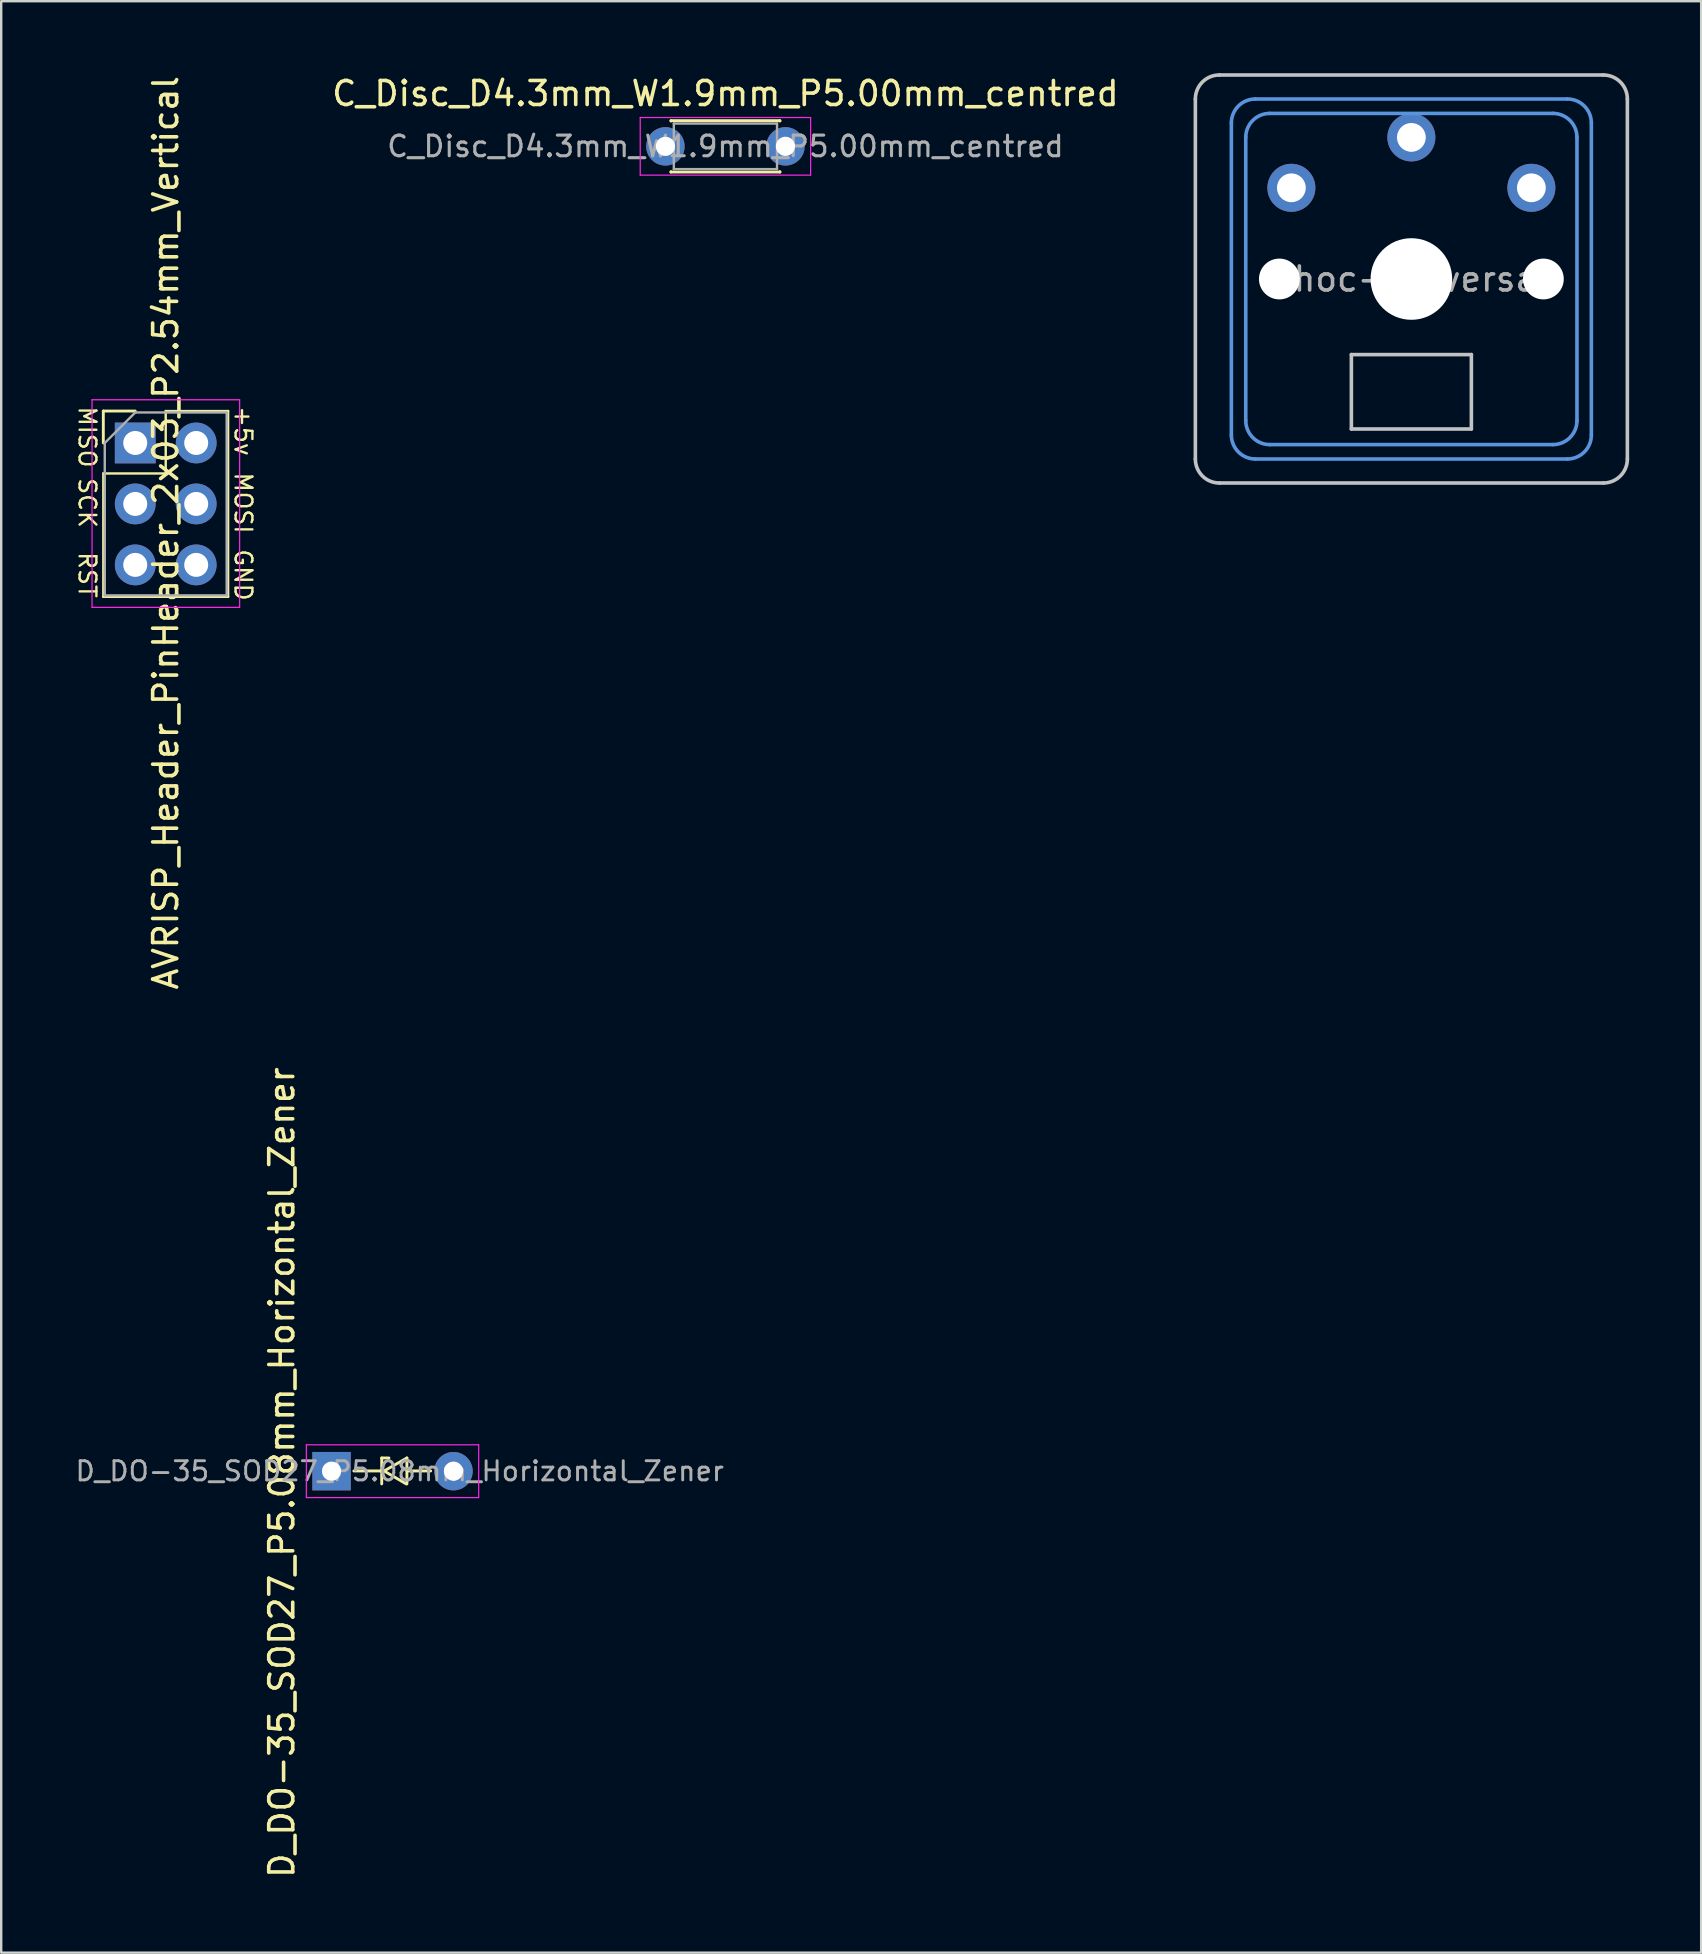
<source format=kicad_pcb>
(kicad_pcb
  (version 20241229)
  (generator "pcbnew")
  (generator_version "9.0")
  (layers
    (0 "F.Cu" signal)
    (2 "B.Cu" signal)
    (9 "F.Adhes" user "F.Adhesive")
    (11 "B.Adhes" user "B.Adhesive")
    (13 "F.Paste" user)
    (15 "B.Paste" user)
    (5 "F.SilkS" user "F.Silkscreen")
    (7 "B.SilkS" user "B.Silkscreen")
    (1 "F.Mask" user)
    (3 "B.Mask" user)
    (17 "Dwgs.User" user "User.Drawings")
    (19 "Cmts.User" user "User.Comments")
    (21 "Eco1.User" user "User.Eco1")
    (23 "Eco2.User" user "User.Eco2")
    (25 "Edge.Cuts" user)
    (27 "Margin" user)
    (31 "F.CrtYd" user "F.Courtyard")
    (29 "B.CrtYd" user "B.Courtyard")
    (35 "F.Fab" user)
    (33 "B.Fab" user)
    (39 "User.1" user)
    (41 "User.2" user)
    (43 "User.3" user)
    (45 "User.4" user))
  (footprint "choc-universal"
    (layer "F.Cu")
    (at 55.757 8.575)
    (property "Reference" "choc-universal" (at 0 0 0) (layer "F.Fab") (effects (font (size 1 1) (thickness 0.15))))
    (attr through_hole)
    (fp_line (start -9 7.5) (end -9 -7.5) (stroke (width 0.15) (type solid)) (layer "Dwgs.User"))
    (fp_line (start -8 -8.5) (end 8 -8.5) (stroke (width 0.15) (type solid)) (layer "Dwgs.User"))
    (fp_line (start -2.5 3.15) (end -2.5 6.25) (stroke (width 0.15) (type solid)) (layer "Dwgs.User"))
    (fp_line (start -2.5 6.25) (end 2.5 6.25) (stroke (width 0.15) (type solid)) (layer "Dwgs.User"))
    (fp_line (start 2.5 3.15) (end -2.5 3.15) (stroke (width 0.15) (type solid)) (layer "Dwgs.User"))
    (fp_line (start 2.5 6.25) (end 2.5 3.15) (stroke (width 0.15) (type solid)) (layer "Dwgs.User"))
    (fp_line (start 8 8.5) (end -8 8.5) (stroke (width 0.15) (type solid)) (layer "Dwgs.User"))
    (fp_line (start 9 -7.5) (end 9 7.5) (stroke (width 0.15) (type solid)) (layer "Dwgs.User"))
    (fp_arc (start -9 -7.5) (mid -8.707107 -8.207107) (end -8 -8.5) (stroke (width 0.15) (type solid)) (layer "Dwgs.User"))
    (fp_arc (start -8 8.5) (mid -8.707107 8.207107) (end -9 7.5) (stroke (width 0.15) (type solid)) (layer "Dwgs.User"))
    (fp_arc (start 8 -8.5) (mid 8.707107 -8.207107) (end 9 -7.5) (stroke (width 0.15) (type solid)) (layer "Dwgs.User"))
    (fp_arc (start 9 7.5) (mid 8.707107 8.207107) (end 8 8.5) (stroke (width 0.15) (type solid)) (layer "Dwgs.User"))
    (fp_line (start -7.5 6.5) (end -7.5 -6.5) (stroke (width 0.15) (type solid)) (layer "Cmts.User"))
    (fp_line (start -6.9 5.9) (end -6.9 -5.9) (stroke (width 0.15) (type solid)) (layer "Cmts.User"))
    (fp_line (start -6.5 -7.5) (end 6.5 -7.5) (stroke (width 0.15) (type solid)) (layer "Cmts.User"))
    (fp_line (start -5.9 -6.9) (end 5.9 -6.9) (stroke (width 0.15) (type solid)) (layer "Cmts.User"))
    (fp_line (start 5.9 6.9) (end -5.9 6.9) (stroke (width 0.15) (type solid)) (layer "Cmts.User"))
    (fp_line (start 6.5 7.5) (end -6.5 7.5) (stroke (width 0.15) (type solid)) (layer "Cmts.User"))
    (fp_line (start 6.9 -5.9) (end 6.9 5.9) (stroke (width 0.15) (type solid)) (layer "Cmts.User"))
    (fp_line (start 7.5 -6.5) (end 7.5 6.5) (stroke (width 0.15) (type solid)) (layer "Cmts.User"))
    (fp_arc (start -7.5 -6.5) (mid -7.207107 -7.207107) (end -6.5 -7.5) (stroke (width 0.15) (type solid)) (layer "Cmts.User"))
    (fp_arc (start -6.9 -5.9) (mid -6.607107 -6.607107) (end -5.9 -6.9) (stroke (width 0.15) (type solid)) (layer "Cmts.User"))
    (fp_arc (start -6.5 7.5) (mid -7.207107 7.207107) (end -7.5 6.5) (stroke (width 0.15) (type solid)) (layer "Cmts.User"))
    (fp_arc (start -5.9 6.9) (mid -6.607107 6.607107) (end -6.9 5.9) (stroke (width 0.15) (type solid)) (layer "Cmts.User"))
    (fp_arc (start 5.9 -6.9) (mid 6.607107 -6.607107) (end 6.9 -5.9) (stroke (width 0.15) (type solid)) (layer "Cmts.User"))
    (fp_arc (start 6.5 -7.5) (mid 7.207107 -7.207107) (end 7.5 -6.5) (stroke (width 0.15) (type solid)) (layer "Cmts.User"))
    (fp_arc (start 6.9 5.9) (mid 6.607107 6.607107) (end 5.9 6.9) (stroke (width 0.15) (type solid)) (layer "Cmts.User"))
    (fp_arc (start 7.5 6.5) (mid 7.207107 7.207107) (end 6.5 7.5) (stroke (width 0.15) (type solid)) (layer "Cmts.User"))
    (pad "" np_thru_hole circle (at -5.5 0) (size 1.7 1.7) (drill 1.7) (layers "*.Cu" "*.Mask"))
    (pad "" np_thru_hole circle (at 0 0) (size 3.4 3.4) (drill 3.4) (layers "*.Cu" "*.Mask"))
    (pad "" np_thru_hole circle (at 5.5 0) (size 1.7 1.7) (drill 1.7) (layers "*.Cu" "*.Mask"))
    (pad "1" thru_hole circle (at 0 -5.9) (size 2 2) (drill 1.2) (layers "*.Cu" "*.Mask"))
    (pad "2" thru_hole circle (at -5 -3.8) (size 2 2) (drill 1.2) (layers "*.Cu" "F.Mask"))
    (pad "2" thru_hole circle (at 5 -3.8) (size 2 2) (drill 1.2) (layers "*.Cu" "B.Mask")))
  (footprint "C_Disc_D4.3mm_W1.9mm_P5.00mm_centred"
    (layer "F.Cu")
    (at 27.191 3.048)
    (property "Reference" "C_Disc_D4.3mm_W1.9mm_P5.00mm_centred" (at -0.015 -2.2 0) (layer "F.SilkS") (effects (font (size 1 1) (thickness 0.15))))
    (attr through_hole)
    (fp_line (start -2.285 -1.07) (end -2.285 -1.055) (stroke (width 0.12) (type solid)) (layer "F.SilkS"))
    (fp_line (start -2.285 -1.07) (end 2.255 -1.07) (stroke (width 0.12) (type solid)) (layer "F.SilkS"))
    (fp_line (start -2.285 1.055) (end -2.285 1.07) (stroke (width 0.12) (type solid)) (layer "F.SilkS"))
    (fp_line (start -2.285 1.07) (end 2.255 1.07) (stroke (width 0.12) (type solid)) (layer "F.SilkS"))
    (fp_line (start 2.255 -1.07) (end 2.255 -1.055) (stroke (width 0.12) (type solid)) (layer "F.SilkS"))
    (fp_line (start 2.255 1.055) (end 2.255 1.07) (stroke (width 0.12) (type solid)) (layer "F.SilkS"))
    (fp_line (start -3.565 -1.2) (end -3.565 1.2) (stroke (width 0.05) (type solid)) (layer "F.CrtYd"))
    (fp_line (start -3.565 1.2) (end 3.535 1.2) (stroke (width 0.05) (type solid)) (layer "F.CrtYd"))
    (fp_line (start 3.535 -1.2) (end -3.565 -1.2) (stroke (width 0.05) (type solid)) (layer "F.CrtYd"))
    (fp_line (start 3.535 1.2) (end 3.535 -1.2) (stroke (width 0.05) (type solid)) (layer "F.CrtYd"))
    (fp_line (start -2.165 -0.95) (end -2.165 0.95) (stroke (width 0.1) (type solid)) (layer "F.Fab"))
    (fp_line (start -2.165 0.95) (end 2.135 0.95) (stroke (width 0.1) (type solid)) (layer "F.Fab"))
    (fp_line (start 2.135 -0.95) (end -2.165 -0.95) (stroke (width 0.1) (type solid)) (layer "F.Fab"))
    (fp_line (start 2.135 0.95) (end 2.135 -0.95) (stroke (width 0.1) (type solid)) (layer "F.Fab"))
    (fp_text user "${REFERENCE}" (at -0.015 0 0) (layer "F.Fab") (effects (font (size 0.86 0.86) (thickness 0.129))))
    (pad "1" thru_hole circle (at -2.515 0) (size 1.6 1.6) (drill 0.8) (layers "*.Cu" "*.Mask"))
    (pad "2" thru_hole circle (at 2.485 0) (size 1.6 1.6) (drill 0.8) (layers "*.Cu" "*.Mask")))
  (footprint "AVRISP_Header_PinHeader_2x03_P2.54mm_Vertical"
    (layer "F.Cu")
    (at 2.585 15.407)
    (property "Reference" "AVRISP_Header_PinHeader_2x03_P2.54mm_Vertical" (at 1.27 3.742 270) (layer "F.SilkS") (effects (font (size 1 1) (thickness 0.15))))
    (attr through_hole)
    (fp_line (start -1.33 -1.33) (end 0 -1.33) (stroke (width 0.12) (type solid)) (layer "F.SilkS"))
    (fp_line (start -1.33 0) (end -1.33 -1.33) (stroke (width 0.12) (type solid)) (layer "F.SilkS"))
    (fp_line (start -1.33 1.27) (end -1.33 6.41) (stroke (width 0.1) (type solid)) (layer "F.SilkS"))
    (fp_line (start -1.33 1.27) (end 1.27 1.27) (stroke (width 0.1) (type solid)) (layer "F.SilkS"))
    (fp_line (start -1.33 6.41) (end 3.87 6.41) (stroke (width 0.1) (type solid)) (layer "F.SilkS"))
    (fp_line (start 1.27 -1.33) (end 3.87 -1.33) (stroke (width 0.1) (type solid)) (layer "F.SilkS"))
    (fp_line (start 1.27 1.27) (end 1.27 -1.33) (stroke (width 0.1) (type solid)) (layer "F.SilkS"))
    (fp_line (start 3.87 -1.33) (end 3.87 6.41) (stroke (width 0.1) (type solid)) (layer "F.SilkS"))
    (fp_line (start -1.8 -1.8) (end -1.8 6.85) (stroke (width 0.05) (type solid)) (layer "F.CrtYd"))
    (fp_line (start -1.8 6.85) (end 4.35 6.85) (stroke (width 0.05) (type solid)) (layer "F.CrtYd"))
    (fp_line (start 4.35 -1.8) (end -1.8 -1.8) (stroke (width 0.05) (type solid)) (layer "F.CrtYd"))
    (fp_line (start 4.35 6.85) (end 4.35 -1.8) (stroke (width 0.05) (type solid)) (layer "F.CrtYd"))
    (fp_line (start -1.27 0) (end 0 -1.27) (stroke (width 0.1) (type solid)) (layer "F.Fab"))
    (fp_line (start -1.27 6.35) (end -1.27 0) (stroke (width 0.1) (type solid)) (layer "F.Fab"))
    (fp_line (start 0 -1.27) (end 3.81 -1.27) (stroke (width 0.1) (type solid)) (layer "F.Fab"))
    (fp_line (start 3.81 -1.27) (end 3.81 6.35) (stroke (width 0.1) (type solid)) (layer "F.Fab"))
    (fp_line (start 3.81 6.35) (end -1.27 6.35) (stroke (width 0.1) (type solid)) (layer "F.Fab"))
    (fp_text user "GND" (at 4.5 5.5 270) (unlocked yes) (layer "F.SilkS") (effects (font (size 0.7 0.7) (thickness 0.1))))
    (fp_text user "MISO" (at -2 -0.25 270) (unlocked yes) (layer "F.SilkS") (effects (font (size 0.7 0.7) (thickness 0.1))))
    (fp_text user "RST" (at -2 5.5 270) (unlocked yes) (layer "F.SilkS") (effects (font (size 0.7 0.7) (thickness 0.1))))
    (fp_text user "+5v" (at 4.5 -0.5 270) (unlocked yes) (layer "F.SilkS") (effects (font (size 0.7 0.7) (thickness 0.1))))
    (fp_text user "SCK" (at -2 2.5 270) (unlocked yes) (layer "F.SilkS") (effects (font (size 0.7 0.7) (thickness 0.1))))
    (fp_text user "MOSI" (at 4.5 2.5 270) (unlocked yes) (layer "F.SilkS") (effects (font (size 0.7 0.7) (thickness 0.1))))
    (pad "1" thru_hole rect (at 0 0) (size 1.7 1.7) (drill 1) (layers "*.Cu" "*.Mask"))
    (pad "2" thru_hole oval (at 2.54 0) (size 1.7 1.7) (drill 1) (layers "*.Cu" "*.Mask"))
    (pad "3" thru_hole oval (at 0 2.54) (size 1.7 1.7) (drill 1) (layers "*.Cu" "*.Mask"))
    (pad "4" thru_hole oval (at 2.54 2.54) (size 1.7 1.7) (drill 1) (layers "*.Cu" "*.Mask"))
    (pad "5" thru_hole oval (at 0 5.08) (size 1.7 1.7) (drill 1) (layers "*.Cu" "*.Mask"))
    (pad "6" thru_hole oval (at 2.54 5.08) (size 1.7 1.7) (drill 1) (layers "*.Cu" "*.Mask")))
  (footprint "D_DO-35_SOD27_P5.08mm_Horizontal_Zener"
    (layer "F.Cu")
    (at 13.495 58.249)
    (property "Reference" "D_DO-35_SOD27_P5.08mm_Horizontal_Zener" (at -4.803 0.055 270) (layer "F.SilkS") (effects (font (size 1 1) (thickness 0.15))))
    (attr through_hole)
    (fp_line (start -1.8 -0.01) (end -0.65 -0.01) (stroke (width 0.12) (type solid)) (layer "F.SilkS"))
    (fp_line (start -0.64 -0.55) (end -0.34 -0.55) (stroke (width 0.12) (type solid)) (layer "F.SilkS"))
    (fp_line (start -0.64 0.53) (end -0.64 -0.55) (stroke (width 0.12) (type solid)) (layer "F.SilkS"))
    (fp_line (start -0.54 -0.01) (end 0.41 -0.55) (stroke (width 0.12) (type solid)) (layer "F.SilkS"))
    (fp_line (start -0.53 0) (end 0.38 0.53) (stroke (width 0.12) (type solid)) (layer "F.SilkS"))
    (fp_line (start 0.41 0.53) (end 0.41 -0.55) (stroke (width 0.12) (type solid)) (layer "F.SilkS"))
    (fp_line (start 1.4 -0.01) (end 0.41 -0.01) (stroke (width 0.12) (type solid)) (layer "F.SilkS"))
    (fp_line (start -3.78 -1.1) (end -3.78 1.1) (stroke (width 0.05) (type solid)) (layer "F.CrtYd"))
    (fp_line (start -3.78 1.1) (end 3.4 1.1) (stroke (width 0.05) (type solid)) (layer "F.CrtYd"))
    (fp_line (start 3.4 -1.1) (end -3.78 -1.1) (stroke (width 0.05) (type solid)) (layer "F.CrtYd"))
    (fp_line (start 3.4 1.1) (end 3.4 -1.1) (stroke (width 0.05) (type solid)) (layer "F.CrtYd"))
    (fp_text user "${REFERENCE}" (at 0.11 0 0) (layer "F.Fab") (effects (font (size 0.8 0.8) (thickness 0.12))))
    (pad "1" thru_hole rect (at -2.73 0) (size 1.6 1.6) (drill 0.8) (layers "*.Cu" "*.Mask"))
    (pad "2" thru_hole oval (at 2.35 0) (size 1.6 1.6) (drill 0.8) (layers "*.Cu" "*.Mask")))
  (gr_rect
    (start -3 -3)
    (end 67.832 78.31)
    (stroke (width 0.1) (type default))
    (fill no)
    (layer "Edge.Cuts")))
</source>
